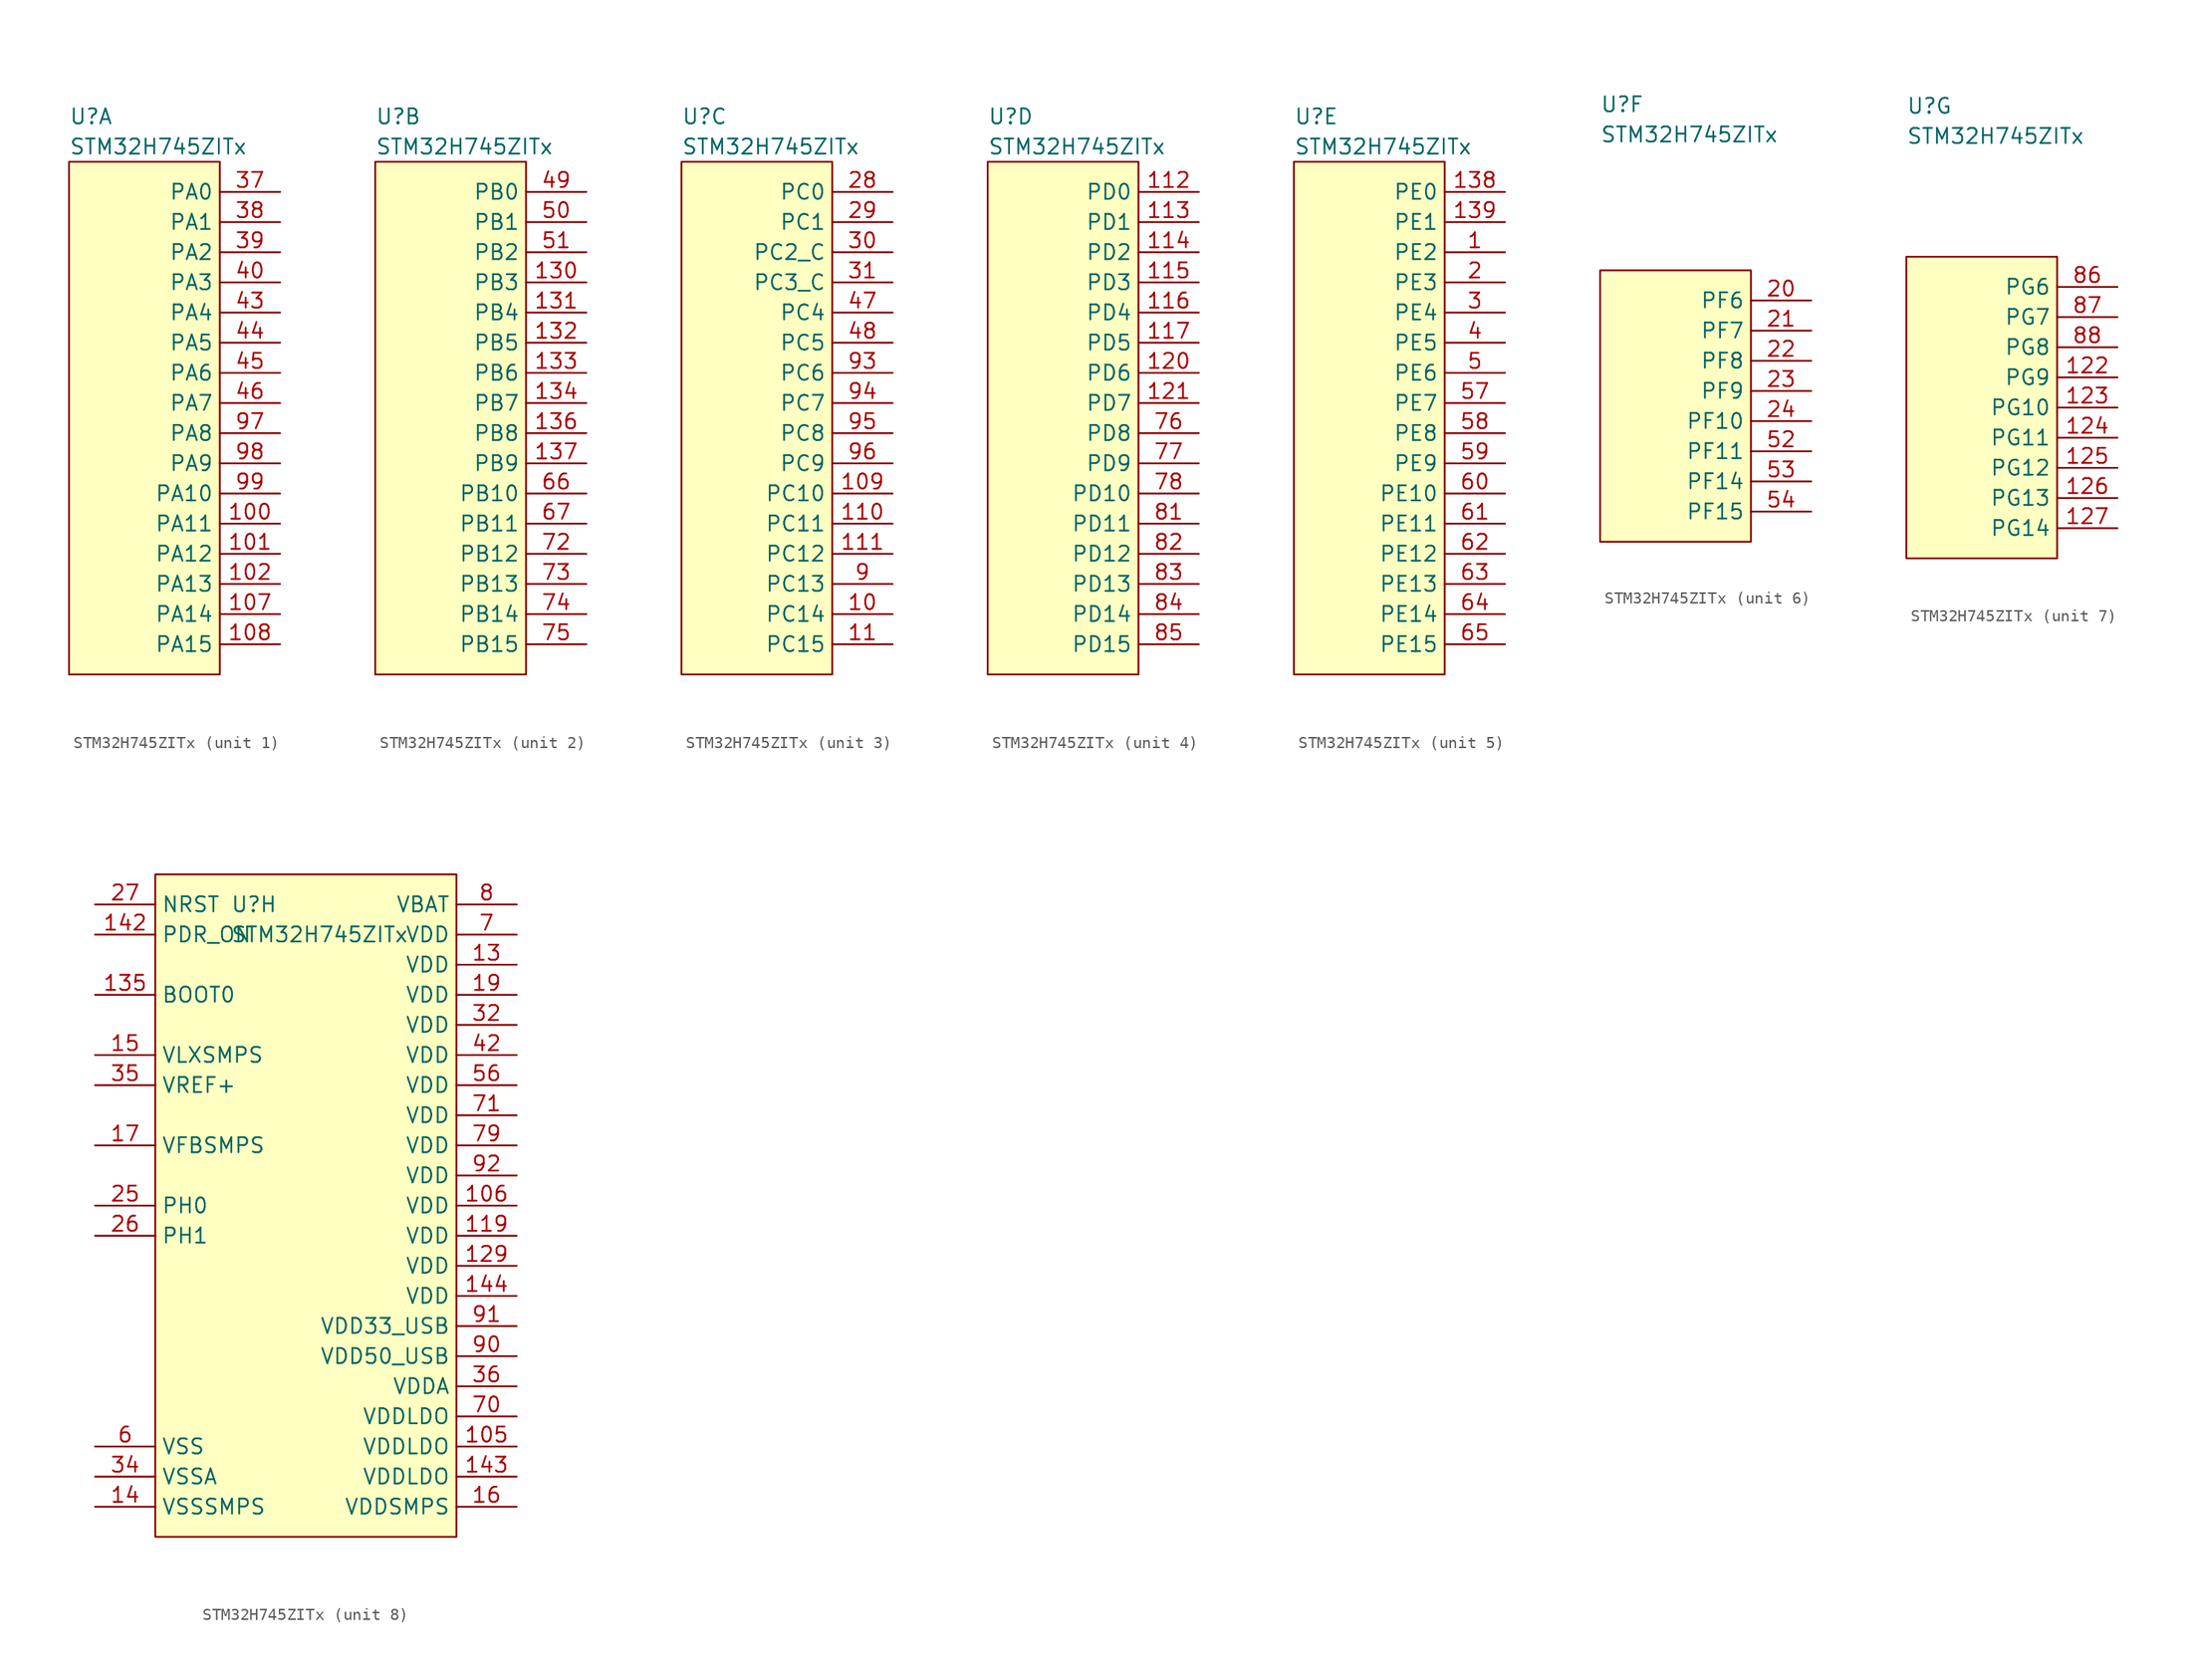
<source format=kicad_sym>
(kicad_symbol_lib
  (version 20220914)
  (generator kicad_symbol_editor)
  (symbol "STM32H745ZITx"
    (property "Reference" "U"
      (at -6.35 25.4 0)
      (effects (font (size 1.27 1.27)) (justify left)))
    (property "Value" "STM32H745ZITx"
      (at -6.35 22.86 0)
      (effects (font (size 1.27 1.27)) (justify left)))
    (property "ki_locked" ""
      (at 0 0 0)
      (effects (font (size 1.27 1.27))))
    (symbol "STM32H745ZITx_1_1"
      (rectangle (start -6.35 21.59) (end 6.35 -21.59) (stroke (width 0) (type default)) (fill (type background)))
      (pin bidirectional line (at 11.43 -8.89 180) (length 5.08) (name "PA11" (effects (font (size 1.27 1.27)))) (number "100" (effects (font (size 1.27 1.27)))) (alternate "ADC1_EXTI11" bidirectional line) (alternate "ADC2_EXTI11" bidirectional line) (alternate "ADC3_EXTI11" bidirectional line) (alternate "FDCAN1_RX" bidirectional line) (alternate "HRTIM_CHD1" bidirectional line) (alternate "I2S2_WS" bidirectional line) (alternate "LPUART1_CTS" bidirectional line) (alternate "LTDC_R4" bidirectional line) (alternate "SPI2_NSS" bidirectional line) (alternate "TIM1_CH4" bidirectional line) (alternate "UART4_RX" bidirectional line) (alternate "USART1_CTS" bidirectional line) (alternate "USART1_NSS" bidirectional line) (alternate "USB_OTG_FS_DM" bidirectional line))
      (pin bidirectional line (at 11.43 -11.43 180) (length 5.08) (name "PA12" (effects (font (size 1.27 1.27)))) (number "101" (effects (font (size 1.27 1.27)))) (alternate "FDCAN1_TX" bidirectional line) (alternate "HRTIM_CHD2" bidirectional line) (alternate "I2S2_CK" bidirectional line) (alternate "LPUART1_DE" bidirectional line) (alternate "LPUART1_RTS" bidirectional line) (alternate "LTDC_R5" bidirectional line) (alternate "SAI2_FS_B" bidirectional line) (alternate "SPI2_SCK" bidirectional line) (alternate "TIM1_ETR" bidirectional line) (alternate "UART4_TX" bidirectional line) (alternate "USART1_DE" bidirectional line) (alternate "USART1_RTS" bidirectional line) (alternate "USB_OTG_FS_DP" bidirectional line))
      (pin bidirectional line (at 11.43 -13.97 180) (length 5.08) (name "PA13" (effects (font (size 1.27 1.27)))) (number "102" (effects (font (size 1.27 1.27)))) (alternate "DEBUG_JTMS-SWDIO" bidirectional line))
      (pin bidirectional line (at 11.43 -16.51 180) (length 5.08) (name "PA14" (effects (font (size 1.27 1.27)))) (number "107" (effects (font (size 1.27 1.27)))) (alternate "DEBUG_JTCK-SWCLK" bidirectional line))
      (pin bidirectional line (at 11.43 -19.05 180) (length 5.08) (name "PA15" (effects (font (size 1.27 1.27)))) (number "108" (effects (font (size 1.27 1.27)))) (alternate "ADC1_EXTI15" bidirectional line) (alternate "ADC2_EXTI15" bidirectional line) (alternate "ADC3_EXTI15" bidirectional line) (alternate "CEC" bidirectional line) (alternate "DEBUG_JTDI" bidirectional line) (alternate "HRTIM_FLT1" bidirectional line) (alternate "I2S1_WS" bidirectional line) (alternate "I2S3_WS" bidirectional line) (alternate "SPI1_NSS" bidirectional line) (alternate "SPI3_NSS" bidirectional line) (alternate "SPI6_NSS" bidirectional line) (alternate "TIM2_CH1" bidirectional line) (alternate "TIM2_ETR" bidirectional line) (alternate "UART4_DE" bidirectional line) (alternate "UART4_RTS" bidirectional line) (alternate "UART7_TX" bidirectional line))
      (pin bidirectional line (at 11.43 19.05 180) (length 5.08) (name "PA0" (effects (font (size 1.27 1.27)))) (number "37" (effects (font (size 1.27 1.27)))) (alternate "ADC1_INP16" bidirectional line) (alternate "ETH_CRS" bidirectional line) (alternate "PWR_WKUP0" bidirectional line) (alternate "SAI2_SD_B" bidirectional line) (alternate "SDMMC2_CMD" bidirectional line) (alternate "TIM15_BKIN" bidirectional line) (alternate "TIM2_CH1" bidirectional line) (alternate "TIM2_ETR" bidirectional line) (alternate "TIM5_CH1" bidirectional line) (alternate "TIM8_ETR" bidirectional line) (alternate "UART4_TX" bidirectional line) (alternate "USART2_CTS" bidirectional line) (alternate "USART2_NSS" bidirectional line))
      (pin bidirectional line (at 11.43 16.51 180) (length 5.08) (name "PA1" (effects (font (size 1.27 1.27)))) (number "38" (effects (font (size 1.27 1.27)))) (alternate "ADC1_INN16" bidirectional line) (alternate "ADC1_INP17" bidirectional line) (alternate "ETH_REF_CLK" bidirectional line) (alternate "ETH_RX_CLK" bidirectional line) (alternate "LPTIM3_OUT" bidirectional line) (alternate "LTDC_R2" bidirectional line) (alternate "QUADSPI_BK1_IO3" bidirectional line) (alternate "SAI2_MCLK_B" bidirectional line) (alternate "TIM15_CH1N" bidirectional line) (alternate "TIM2_CH2" bidirectional line) (alternate "TIM5_CH2" bidirectional line) (alternate "UART4_RX" bidirectional line) (alternate "USART2_DE" bidirectional line) (alternate "USART2_RTS" bidirectional line))
      (pin bidirectional line (at 11.43 13.97 180) (length 5.08) (name "PA2" (effects (font (size 1.27 1.27)))) (number "39" (effects (font (size 1.27 1.27)))) (alternate "ADC1_INP14" bidirectional line) (alternate "ADC2_INP14" bidirectional line) (alternate "ETH_MDIO" bidirectional line) (alternate "LPTIM4_OUT" bidirectional line) (alternate "LTDC_R1" bidirectional line) (alternate "MDIOS_MDIO" bidirectional line) (alternate "PWR_WKUP1" bidirectional line) (alternate "SAI2_SCK_B" bidirectional line) (alternate "TIM15_CH1" bidirectional line) (alternate "TIM2_CH3" bidirectional line) (alternate "TIM5_CH3" bidirectional line) (alternate "USART2_TX" bidirectional line))
      (pin bidirectional line (at 11.43 11.43 180) (length 5.08) (name "PA3" (effects (font (size 1.27 1.27)))) (number "40" (effects (font (size 1.27 1.27)))) (alternate "ADC1_INP15" bidirectional line) (alternate "ADC2_INP15" bidirectional line) (alternate "ETH_COL" bidirectional line) (alternate "LPTIM5_OUT" bidirectional line) (alternate "LTDC_B2" bidirectional line) (alternate "LTDC_B5" bidirectional line) (alternate "TIM15_CH2" bidirectional line) (alternate "TIM2_CH4" bidirectional line) (alternate "TIM5_CH4" bidirectional line) (alternate "USART2_RX" bidirectional line) (alternate "USB_OTG_HS_ULPI_D0" bidirectional line))
      (pin bidirectional line (at 11.43 8.89 180) (length 5.08) (name "PA4" (effects (font (size 1.27 1.27)))) (number "43" (effects (font (size 1.27 1.27)))) (alternate "ADC1_INP18" bidirectional line) (alternate "ADC2_INP18" bidirectional line) (alternate "DAC1_OUT1" bidirectional line) (alternate "DCMI_HSYNC" bidirectional line) (alternate "I2S1_WS" bidirectional line) (alternate "I2S3_WS" bidirectional line) (alternate "LTDC_VSYNC" bidirectional line) (alternate "SPI1_NSS" bidirectional line) (alternate "SPI3_NSS" bidirectional line) (alternate "SPI6_NSS" bidirectional line) (alternate "TIM5_ETR" bidirectional line) (alternate "USART2_CK" bidirectional line) (alternate "USB_OTG_HS_SOF" bidirectional line))
      (pin bidirectional line (at 11.43 6.35 180) (length 5.08) (name "PA5" (effects (font (size 1.27 1.27)))) (number "44" (effects (font (size 1.27 1.27)))) (alternate "ADC1_INN18" bidirectional line) (alternate "ADC1_INP19" bidirectional line) (alternate "ADC2_INN18" bidirectional line) (alternate "ADC2_INP19" bidirectional line) (alternate "DAC1_OUT2" bidirectional line) (alternate "I2S1_CK" bidirectional line) (alternate "LTDC_R4" bidirectional line) (alternate "PWR_NDSTOP2" bidirectional line) (alternate "SPI1_SCK" bidirectional line) (alternate "SPI6_SCK" bidirectional line) (alternate "TIM2_CH1" bidirectional line) (alternate "TIM2_ETR" bidirectional line) (alternate "TIM8_CH1N" bidirectional line) (alternate "USB_OTG_HS_ULPI_CK" bidirectional line))
      (pin bidirectional line (at 11.43 3.81 180) (length 5.08) (name "PA6" (effects (font (size 1.27 1.27)))) (number "45" (effects (font (size 1.27 1.27)))) (alternate "ADC1_INP3" bidirectional line) (alternate "ADC2_INP3" bidirectional line) (alternate "DCMI_PIXCLK" bidirectional line) (alternate "I2S1_SDI" bidirectional line) (alternate "LTDC_G2" bidirectional line) (alternate "MDIOS_MDC" bidirectional line) (alternate "SPI1_MISO" bidirectional line) (alternate "SPI6_MISO" bidirectional line) (alternate "TIM13_CH1" bidirectional line) (alternate "TIM1_BKIN" bidirectional line) (alternate "TIM1_BKIN_COMP1" bidirectional line) (alternate "TIM1_BKIN_COMP2" bidirectional line) (alternate "TIM3_CH1" bidirectional line) (alternate "TIM8_BKIN" bidirectional line) (alternate "TIM8_BKIN_COMP1" bidirectional line) (alternate "TIM8_BKIN_COMP2" bidirectional line))
      (pin bidirectional line (at 11.43 1.27 180) (length 5.08) (name "PA7" (effects (font (size 1.27 1.27)))) (number "46" (effects (font (size 1.27 1.27)))) (alternate "ADC1_INN3" bidirectional line) (alternate "ADC1_INP7" bidirectional line) (alternate "ADC2_INN3" bidirectional line) (alternate "ADC2_INP7" bidirectional line) (alternate "ETH_CRS_DV" bidirectional line) (alternate "ETH_RX_DV" bidirectional line) (alternate "FMC_SDNWE" bidirectional line) (alternate "I2S1_SDO" bidirectional line) (alternate "OPAMP1_VINM" bidirectional line) (alternate "OPAMP1_VINM1" bidirectional line) (alternate "SPI1_MOSI" bidirectional line) (alternate "SPI6_MOSI" bidirectional line) (alternate "TIM14_CH1" bidirectional line) (alternate "TIM1_CH1N" bidirectional line) (alternate "TIM3_CH2" bidirectional line) (alternate "TIM8_CH1N" bidirectional line))
      (pin bidirectional line (at 11.43 -1.27 180) (length 5.08) (name "PA8" (effects (font (size 1.27 1.27)))) (number "97" (effects (font (size 1.27 1.27)))) (alternate "HRTIM_CHB2" bidirectional line) (alternate "I2C3_SCL" bidirectional line) (alternate "LTDC_B3" bidirectional line) (alternate "LTDC_R6" bidirectional line) (alternate "RCC_MCO_1" bidirectional line) (alternate "TIM1_CH1" bidirectional line) (alternate "TIM8_BKIN2" bidirectional line) (alternate "TIM8_BKIN2_COMP1" bidirectional line) (alternate "TIM8_BKIN2_COMP2" bidirectional line) (alternate "UART7_RX" bidirectional line) (alternate "USART1_CK" bidirectional line) (alternate "USB_OTG_FS_SOF" bidirectional line))
      (pin bidirectional line (at 11.43 -3.81 180) (length 5.08) (name "PA9" (effects (font (size 1.27 1.27)))) (number "98" (effects (font (size 1.27 1.27)))) (alternate "DAC1_EXTI9" bidirectional line) (alternate "DCMI_D0" bidirectional line) (alternate "HRTIM_CHC1" bidirectional line) (alternate "I2C3_SMBA" bidirectional line) (alternate "I2S2_CK" bidirectional line) (alternate "LPUART1_TX" bidirectional line) (alternate "LTDC_R5" bidirectional line) (alternate "SPI2_SCK" bidirectional line) (alternate "TIM1_CH2" bidirectional line) (alternate "USART1_TX" bidirectional line) (alternate "USB_OTG_FS_VBUS" bidirectional line))
      (pin bidirectional line (at 11.43 -6.35 180) (length 5.08) (name "PA10" (effects (font (size 1.27 1.27)))) (number "99" (effects (font (size 1.27 1.27)))) (alternate "DCMI_D1" bidirectional line) (alternate "HRTIM_CHC2" bidirectional line) (alternate "LPUART1_RX" bidirectional line) (alternate "LTDC_B1" bidirectional line) (alternate "LTDC_B4" bidirectional line) (alternate "MDIOS_MDIO" bidirectional line) (alternate "TIM1_CH3" bidirectional line) (alternate "USART1_RX" bidirectional line) (alternate "USB_OTG_FS_ID" bidirectional line)))
    (symbol "STM32H745ZITx_2_1"
      (rectangle (start -6.35 21.59) (end 6.35 -21.59) (stroke (width 0) (type default)) (fill (type background)))
      (pin bidirectional line (at 11.43 11.43 180) (length 5.08) (name "PB3" (effects (font (size 1.27 1.27)))) (number "130" (effects (font (size 1.27 1.27)))) (alternate "CRS_SYNC" bidirectional line) (alternate "DEBUG_JTDO-SWO" bidirectional line) (alternate "HRTIM_FLT4" bidirectional line) (alternate "I2S1_CK" bidirectional line) (alternate "I2S3_CK" bidirectional line) (alternate "SDMMC2_D2" bidirectional line) (alternate "SPI1_SCK" bidirectional line) (alternate "SPI3_SCK" bidirectional line) (alternate "SPI6_SCK" bidirectional line) (alternate "TIM2_CH2" bidirectional line) (alternate "UART7_RX" bidirectional line))
      (pin bidirectional line (at 11.43 8.89 180) (length 5.08) (name "PB4" (effects (font (size 1.27 1.27)))) (number "131" (effects (font (size 1.27 1.27)))) (alternate "DEBUG_JTRST" bidirectional line) (alternate "HRTIM_EEV6" bidirectional line) (alternate "I2S1_SDI" bidirectional line) (alternate "I2S2_WS" bidirectional line) (alternate "I2S3_SDI" bidirectional line) (alternate "SDMMC2_D3" bidirectional line) (alternate "SPI1_MISO" bidirectional line) (alternate "SPI2_NSS" bidirectional line) (alternate "SPI3_MISO" bidirectional line) (alternate "SPI6_MISO" bidirectional line) (alternate "TIM16_BKIN" bidirectional line) (alternate "TIM3_CH1" bidirectional line) (alternate "UART7_TX" bidirectional line))
      (pin bidirectional line (at 11.43 6.35 180) (length 5.08) (name "PB5" (effects (font (size 1.27 1.27)))) (number "132" (effects (font (size 1.27 1.27)))) (alternate "DCMI_D10" bidirectional line) (alternate "ETH_PPS_OUT" bidirectional line) (alternate "FDCAN2_RX" bidirectional line) (alternate "FMC_SDCKE1" bidirectional line) (alternate "HRTIM_EEV7" bidirectional line) (alternate "I2C1_SMBA" bidirectional line) (alternate "I2C4_SMBA" bidirectional line) (alternate "I2S1_SDO" bidirectional line) (alternate "I2S3_SDO" bidirectional line) (alternate "SPI1_MOSI" bidirectional line) (alternate "SPI3_MOSI" bidirectional line) (alternate "SPI6_MOSI" bidirectional line) (alternate "TIM17_BKIN" bidirectional line) (alternate "TIM3_CH2" bidirectional line) (alternate "UART5_RX" bidirectional line) (alternate "USB_OTG_HS_ULPI_D7" bidirectional line))
      (pin bidirectional line (at 11.43 3.81 180) (length 5.08) (name "PB6" (effects (font (size 1.27 1.27)))) (number "133" (effects (font (size 1.27 1.27)))) (alternate "CEC" bidirectional line) (alternate "DCMI_D5" bidirectional line) (alternate "DFSDM1_DATIN5" bidirectional line) (alternate "FDCAN2_TX" bidirectional line) (alternate "FMC_SDNE1" bidirectional line) (alternate "HRTIM_EEV8" bidirectional line) (alternate "I2C1_SCL" bidirectional line) (alternate "I2C4_SCL" bidirectional line) (alternate "LPUART1_TX" bidirectional line) (alternate "QUADSPI_BK1_NCS" bidirectional line) (alternate "TIM16_CH1N" bidirectional line) (alternate "TIM4_CH1" bidirectional line) (alternate "UART5_TX" bidirectional line) (alternate "USART1_TX" bidirectional line))
      (pin bidirectional line (at 11.43 1.27 180) (length 5.08) (name "PB7" (effects (font (size 1.27 1.27)))) (number "134" (effects (font (size 1.27 1.27)))) (alternate "DCMI_VSYNC" bidirectional line) (alternate "DFSDM1_CKIN5" bidirectional line) (alternate "FMC_NL" bidirectional line) (alternate "HRTIM_EEV9" bidirectional line) (alternate "I2C1_SDA" bidirectional line) (alternate "I2C4_SDA" bidirectional line) (alternate "LPUART1_RX" bidirectional line) (alternate "PWR_PVD_IN" bidirectional line) (alternate "TIM17_CH1N" bidirectional line) (alternate "TIM4_CH2" bidirectional line) (alternate "USART1_RX" bidirectional line))
      (pin bidirectional line (at 11.43 -1.27 180) (length 5.08) (name "PB8" (effects (font (size 1.27 1.27)))) (number "136" (effects (font (size 1.27 1.27)))) (alternate "DCMI_D6" bidirectional line) (alternate "DFSDM1_CKIN7" bidirectional line) (alternate "ETH_TXD3" bidirectional line) (alternate "FDCAN1_RX" bidirectional line) (alternate "I2C1_SCL" bidirectional line) (alternate "I2C4_SCL" bidirectional line) (alternate "LTDC_B6" bidirectional line) (alternate "SDMMC1_CKIN" bidirectional line) (alternate "SDMMC1_D4" bidirectional line) (alternate "SDMMC2_D4" bidirectional line) (alternate "TIM16_CH1" bidirectional line) (alternate "TIM4_CH3" bidirectional line) (alternate "UART4_RX" bidirectional line))
      (pin bidirectional line (at 11.43 -3.81 180) (length 5.08) (name "PB9" (effects (font (size 1.27 1.27)))) (number "137" (effects (font (size 1.27 1.27)))) (alternate "DAC1_EXTI9" bidirectional line) (alternate "DCMI_D7" bidirectional line) (alternate "DFSDM1_DATIN7" bidirectional line) (alternate "FDCAN1_TX" bidirectional line) (alternate "I2C1_SDA" bidirectional line) (alternate "I2C4_SDA" bidirectional line) (alternate "I2C4_SMBA" bidirectional line) (alternate "I2S2_WS" bidirectional line) (alternate "LTDC_B7" bidirectional line) (alternate "SDMMC1_CDIR" bidirectional line) (alternate "SDMMC1_D5" bidirectional line) (alternate "SDMMC2_D5" bidirectional line) (alternate "SPI2_NSS" bidirectional line) (alternate "TIM17_CH1" bidirectional line) (alternate "TIM4_CH4" bidirectional line) (alternate "UART4_TX" bidirectional line))
      (pin bidirectional line (at 11.43 19.05 180) (length 5.08) (name "PB0" (effects (font (size 1.27 1.27)))) (number "49" (effects (font (size 1.27 1.27)))) (alternate "ADC1_INN5" bidirectional line) (alternate "ADC1_INP9" bidirectional line) (alternate "ADC2_INN5" bidirectional line) (alternate "ADC2_INP9" bidirectional line) (alternate "COMP1_INP" bidirectional line) (alternate "DFSDM1_CKOUT" bidirectional line) (alternate "ETH_RXD2" bidirectional line) (alternate "LTDC_G1" bidirectional line) (alternate "LTDC_R3" bidirectional line) (alternate "OPAMP1_VINP" bidirectional line) (alternate "TIM1_CH2N" bidirectional line) (alternate "TIM3_CH3" bidirectional line) (alternate "TIM8_CH2N" bidirectional line) (alternate "UART4_CTS" bidirectional line) (alternate "USB_OTG_HS_ULPI_D1" bidirectional line))
      (pin bidirectional line (at 11.43 16.51 180) (length 5.08) (name "PB1" (effects (font (size 1.27 1.27)))) (number "50" (effects (font (size 1.27 1.27)))) (alternate "ADC1_INP5" bidirectional line) (alternate "ADC2_INP5" bidirectional line) (alternate "COMP1_INM" bidirectional line) (alternate "DFSDM1_DATIN1" bidirectional line) (alternate "ETH_RXD3" bidirectional line) (alternate "LTDC_G0" bidirectional line) (alternate "LTDC_R6" bidirectional line) (alternate "TIM1_CH3N" bidirectional line) (alternate "TIM3_CH4" bidirectional line) (alternate "TIM8_CH3N" bidirectional line) (alternate "USB_OTG_HS_ULPI_D2" bidirectional line))
      (pin bidirectional line (at 11.43 13.97 180) (length 5.08) (name "PB2" (effects (font (size 1.27 1.27)))) (number "51" (effects (font (size 1.27 1.27)))) (alternate "COMP1_INP" bidirectional line) (alternate "DFSDM1_CKIN1" bidirectional line) (alternate "I2S3_SDO" bidirectional line) (alternate "QUADSPI_CLK" bidirectional line) (alternate "RTC_OUT_ALARM" bidirectional line) (alternate "RTC_OUT_CALIB" bidirectional line) (alternate "SAI1_D1" bidirectional line) (alternate "SAI1_SD_A" bidirectional line) (alternate "SAI4_D1" bidirectional line) (alternate "SAI4_SD_A" bidirectional line) (alternate "SPI3_MOSI" bidirectional line))
      (pin bidirectional line (at 11.43 -6.35 180) (length 5.08) (name "PB10" (effects (font (size 1.27 1.27)))) (number "66" (effects (font (size 1.27 1.27)))) (alternate "DFSDM1_DATIN7" bidirectional line) (alternate "ETH_RX_ER" bidirectional line) (alternate "HRTIM_SCOUT" bidirectional line) (alternate "I2C2_SCL" bidirectional line) (alternate "I2S2_CK" bidirectional line) (alternate "LPTIM2_IN1" bidirectional line) (alternate "LTDC_G4" bidirectional line) (alternate "QUADSPI_BK1_NCS" bidirectional line) (alternate "SPI2_SCK" bidirectional line) (alternate "TIM2_CH3" bidirectional line) (alternate "USART3_TX" bidirectional line) (alternate "USB_OTG_HS_ULPI_D3" bidirectional line))
      (pin bidirectional line (at 11.43 -8.89 180) (length 5.08) (name "PB11" (effects (font (size 1.27 1.27)))) (number "67" (effects (font (size 1.27 1.27)))) (alternate "ADC1_EXTI11" bidirectional line) (alternate "ADC2_EXTI11" bidirectional line) (alternate "ADC3_EXTI11" bidirectional line) (alternate "DFSDM1_CKIN7" bidirectional line) (alternate "ETH_TX_EN" bidirectional line) (alternate "HRTIM_SCIN" bidirectional line) (alternate "I2C2_SDA" bidirectional line) (alternate "LPTIM2_ETR" bidirectional line) (alternate "LTDC_G5" bidirectional line) (alternate "TIM2_CH4" bidirectional line) (alternate "USART3_RX" bidirectional line) (alternate "USB_OTG_HS_ULPI_D4" bidirectional line))
      (pin bidirectional line (at 11.43 -11.43 180) (length 5.08) (name "PB12" (effects (font (size 1.27 1.27)))) (number "72" (effects (font (size 1.27 1.27)))) (alternate "DFSDM1_DATIN1" bidirectional line) (alternate "ETH_TXD0" bidirectional line) (alternate "FDCAN2_RX" bidirectional line) (alternate "I2C2_SMBA" bidirectional line) (alternate "I2S2_WS" bidirectional line) (alternate "SPI2_NSS" bidirectional line) (alternate "TIM1_BKIN" bidirectional line) (alternate "TIM1_BKIN_COMP1" bidirectional line) (alternate "TIM1_BKIN_COMP2" bidirectional line) (alternate "UART5_RX" bidirectional line) (alternate "USART3_CK" bidirectional line) (alternate "USB_OTG_HS_ID" bidirectional line) (alternate "USB_OTG_HS_ULPI_D5" bidirectional line))
      (pin bidirectional line (at 11.43 -13.97 180) (length 5.08) (name "PB13" (effects (font (size 1.27 1.27)))) (number "73" (effects (font (size 1.27 1.27)))) (alternate "DFSDM1_CKIN1" bidirectional line) (alternate "ETH_TXD1" bidirectional line) (alternate "FDCAN2_TX" bidirectional line) (alternate "I2S2_CK" bidirectional line) (alternate "LPTIM2_OUT" bidirectional line) (alternate "SPI2_SCK" bidirectional line) (alternate "TIM1_CH1N" bidirectional line) (alternate "UART5_TX" bidirectional line) (alternate "USART3_CTS" bidirectional line) (alternate "USART3_NSS" bidirectional line) (alternate "USB_OTG_HS_ULPI_D6" bidirectional line) (alternate "USB_OTG_HS_VBUS" bidirectional line))
      (pin bidirectional line (at 11.43 -16.51 180) (length 5.08) (name "PB14" (effects (font (size 1.27 1.27)))) (number "74" (effects (font (size 1.27 1.27)))) (alternate "DFSDM1_DATIN2" bidirectional line) (alternate "I2S2_SDI" bidirectional line) (alternate "SDMMC2_D0" bidirectional line) (alternate "SPI2_MISO" bidirectional line) (alternate "TIM12_CH1" bidirectional line) (alternate "TIM1_CH2N" bidirectional line) (alternate "TIM8_CH2N" bidirectional line) (alternate "UART4_DE" bidirectional line) (alternate "UART4_RTS" bidirectional line) (alternate "USART1_TX" bidirectional line) (alternate "USART3_DE" bidirectional line) (alternate "USART3_RTS" bidirectional line) (alternate "USB_OTG_HS_DM" bidirectional line))
      (pin bidirectional line (at 11.43 -19.05 180) (length 5.08) (name "PB15" (effects (font (size 1.27 1.27)))) (number "75" (effects (font (size 1.27 1.27)))) (alternate "ADC1_EXTI15" bidirectional line) (alternate "ADC2_EXTI15" bidirectional line) (alternate "ADC3_EXTI15" bidirectional line) (alternate "DFSDM1_CKIN2" bidirectional line) (alternate "I2S2_SDO" bidirectional line) (alternate "RTC_REFIN" bidirectional line) (alternate "SDMMC2_D1" bidirectional line) (alternate "SPI2_MOSI" bidirectional line) (alternate "TIM12_CH2" bidirectional line) (alternate "TIM1_CH3N" bidirectional line) (alternate "TIM8_CH3N" bidirectional line) (alternate "UART4_CTS" bidirectional line) (alternate "USART1_RX" bidirectional line) (alternate "USB_OTG_HS_DP" bidirectional line)))
    (symbol "STM32H745ZITx_3_1"
      (rectangle (start -6.35 21.59) (end 6.35 -21.59) (stroke (width 0) (type default)) (fill (type background)))
      (pin bidirectional line (at 11.43 -16.51 180) (length 5.08) (name "PC14" (effects (font (size 1.27 1.27)))) (number "10" (effects (font (size 1.27 1.27)))) (alternate "RCC_OSC32_IN" bidirectional line))
      (pin bidirectional line (at 11.43 -6.35 180) (length 5.08) (name "PC10" (effects (font (size 1.27 1.27)))) (number "109" (effects (font (size 1.27 1.27)))) (alternate "DCMI_D8" bidirectional line) (alternate "DFSDM1_CKIN5" bidirectional line) (alternate "HRTIM_EEV1" bidirectional line) (alternate "I2S3_CK" bidirectional line) (alternate "LTDC_R2" bidirectional line) (alternate "QUADSPI_BK1_IO1" bidirectional line) (alternate "SDMMC1_D2" bidirectional line) (alternate "SPI3_SCK" bidirectional line) (alternate "UART4_TX" bidirectional line) (alternate "USART3_TX" bidirectional line))
      (pin bidirectional line (at 11.43 -19.05 180) (length 5.08) (name "PC15" (effects (font (size 1.27 1.27)))) (number "11" (effects (font (size 1.27 1.27)))) (alternate "ADC1_EXTI15" bidirectional line) (alternate "ADC2_EXTI15" bidirectional line) (alternate "ADC3_EXTI15" bidirectional line) (alternate "RCC_OSC32_OUT" bidirectional line))
      (pin bidirectional line (at 11.43 -8.89 180) (length 5.08) (name "PC11" (effects (font (size 1.27 1.27)))) (number "110" (effects (font (size 1.27 1.27)))) (alternate "ADC1_EXTI11" bidirectional line) (alternate "ADC2_EXTI11" bidirectional line) (alternate "ADC3_EXTI11" bidirectional line) (alternate "DCMI_D4" bidirectional line) (alternate "DFSDM1_DATIN5" bidirectional line) (alternate "HRTIM_FLT2" bidirectional line) (alternate "I2S3_SDI" bidirectional line) (alternate "QUADSPI_BK2_NCS" bidirectional line) (alternate "SDMMC1_D3" bidirectional line) (alternate "SPI3_MISO" bidirectional line) (alternate "UART4_RX" bidirectional line) (alternate "USART3_RX" bidirectional line))
      (pin bidirectional line (at 11.43 -11.43 180) (length 5.08) (name "PC12" (effects (font (size 1.27 1.27)))) (number "111" (effects (font (size 1.27 1.27)))) (alternate "DCMI_D9" bidirectional line) (alternate "DEBUG_TRACED3" bidirectional line) (alternate "HRTIM_EEV2" bidirectional line) (alternate "I2S3_SDO" bidirectional line) (alternate "SDMMC1_CK" bidirectional line) (alternate "SPI3_MOSI" bidirectional line) (alternate "UART5_TX" bidirectional line) (alternate "USART3_CK" bidirectional line))
      (pin bidirectional line (at 11.43 19.05 180) (length 5.08) (name "PC0" (effects (font (size 1.27 1.27)))) (number "28" (effects (font (size 1.27 1.27)))) (alternate "ADC1_INP10" bidirectional line) (alternate "ADC2_INP10" bidirectional line) (alternate "ADC3_INP10" bidirectional line) (alternate "DFSDM1_CKIN0" bidirectional line) (alternate "DFSDM1_DATIN4" bidirectional line) (alternate "FMC_SDNWE" bidirectional line) (alternate "LTDC_R5" bidirectional line) (alternate "SAI2_FS_B" bidirectional line) (alternate "USB_OTG_HS_ULPI_STP" bidirectional line))
      (pin bidirectional line (at 11.43 16.51 180) (length 5.08) (name "PC1" (effects (font (size 1.27 1.27)))) (number "29" (effects (font (size 1.27 1.27)))) (alternate "ADC1_INN10" bidirectional line) (alternate "ADC1_INP11" bidirectional line) (alternate "ADC2_INN10" bidirectional line) (alternate "ADC2_INP11" bidirectional line) (alternate "ADC3_INN10" bidirectional line) (alternate "ADC3_INP11" bidirectional line) (alternate "DEBUG_TRACED0" bidirectional line) (alternate "DFSDM1_CKIN4" bidirectional line) (alternate "DFSDM1_DATIN0" bidirectional line) (alternate "ETH_MDC" bidirectional line) (alternate "I2S2_SDO" bidirectional line) (alternate "MDIOS_MDC" bidirectional line) (alternate "PWR_WKUP5" bidirectional line) (alternate "RTC_TAMP3" bidirectional line) (alternate "SAI1_D1" bidirectional line) (alternate "SAI1_SD_A" bidirectional line) (alternate "SAI4_D1" bidirectional line) (alternate "SAI4_SD_A" bidirectional line) (alternate "SDMMC2_CK" bidirectional line) (alternate "SPI2_MOSI" bidirectional line))
      (pin bidirectional line (at 11.43 13.97 180) (length 5.08) (name "PC2_C" (effects (font (size 1.27 1.27)))) (number "30" (effects (font (size 1.27 1.27)))) (alternate "ADC3_INN1" bidirectional line) (alternate "ADC3_INP0" bidirectional line) (alternate "DFSDM1_CKIN1" bidirectional line) (alternate "DFSDM1_CKOUT" bidirectional line) (alternate "ETH_TXD2" bidirectional line) (alternate "FMC_SDNE0" bidirectional line) (alternate "I2S2_SDI" bidirectional line) (alternate "PWR_CSTOP" bidirectional line) (alternate "SPI2_MISO" bidirectional line) (alternate "USB_OTG_HS_ULPI_DIR" bidirectional line))
      (pin bidirectional line (at 11.43 11.43 180) (length 5.08) (name "PC3_C" (effects (font (size 1.27 1.27)))) (number "31" (effects (font (size 1.27 1.27)))) (alternate "ADC3_INP1" bidirectional line) (alternate "DFSDM1_DATIN1" bidirectional line) (alternate "ETH_TX_CLK" bidirectional line) (alternate "FMC_SDCKE0" bidirectional line) (alternate "I2S2_SDO" bidirectional line) (alternate "PWR_CSLEEP" bidirectional line) (alternate "SPI2_MOSI" bidirectional line) (alternate "USB_OTG_HS_ULPI_NXT" bidirectional line))
      (pin bidirectional line (at 11.43 8.89 180) (length 5.08) (name "PC4" (effects (font (size 1.27 1.27)))) (number "47" (effects (font (size 1.27 1.27)))) (alternate "ADC1_INP4" bidirectional line) (alternate "ADC2_INP4" bidirectional line) (alternate "COMP1_INM" bidirectional line) (alternate "DFSDM1_CKIN2" bidirectional line) (alternate "ETH_RXD0" bidirectional line) (alternate "FMC_SDNE0" bidirectional line) (alternate "I2S1_MCK" bidirectional line) (alternate "OPAMP1_VOUT" bidirectional line) (alternate "SPDIFRX1_IN2" bidirectional line))
      (pin bidirectional line (at 11.43 6.35 180) (length 5.08) (name "PC5" (effects (font (size 1.27 1.27)))) (number "48" (effects (font (size 1.27 1.27)))) (alternate "ADC1_INN4" bidirectional line) (alternate "ADC1_INP8" bidirectional line) (alternate "ADC2_INN4" bidirectional line) (alternate "ADC2_INP8" bidirectional line) (alternate "COMP1_OUT" bidirectional line) (alternate "DFSDM1_DATIN2" bidirectional line) (alternate "ETH_RXD1" bidirectional line) (alternate "FMC_SDCKE0" bidirectional line) (alternate "OPAMP1_VINM" bidirectional line) (alternate "OPAMP1_VINM0" bidirectional line) (alternate "SAI1_D3" bidirectional line) (alternate "SAI4_D3" bidirectional line) (alternate "SPDIFRX1_IN3" bidirectional line))
      (pin bidirectional line (at 11.43 -13.97 180) (length 5.08) (name "PC13" (effects (font (size 1.27 1.27)))) (number "9" (effects (font (size 1.27 1.27)))) (alternate "PWR_WKUP2" bidirectional line) (alternate "RTC_OUT_ALARM" bidirectional line) (alternate "RTC_OUT_CALIB" bidirectional line) (alternate "RTC_TAMP1" bidirectional line) (alternate "RTC_TS" bidirectional line))
      (pin bidirectional line (at 11.43 3.81 180) (length 5.08) (name "PC6" (effects (font (size 1.27 1.27)))) (number "93" (effects (font (size 1.27 1.27)))) (alternate "DCMI_D0" bidirectional line) (alternate "DFSDM1_CKIN3" bidirectional line) (alternate "FMC_NWAIT" bidirectional line) (alternate "HRTIM_CHA1" bidirectional line) (alternate "I2S2_MCK" bidirectional line) (alternate "LTDC_HSYNC" bidirectional line) (alternate "SDMMC1_D0DIR" bidirectional line) (alternate "SDMMC1_D6" bidirectional line) (alternate "SDMMC2_D6" bidirectional line) (alternate "SWPMI1_IO" bidirectional line) (alternate "TIM3_CH1" bidirectional line) (alternate "TIM8_CH1" bidirectional line) (alternate "USART6_TX" bidirectional line))
      (pin bidirectional line (at 11.43 1.27 180) (length 5.08) (name "PC7" (effects (font (size 1.27 1.27)))) (number "94" (effects (font (size 1.27 1.27)))) (alternate "DCMI_D1" bidirectional line) (alternate "DEBUG_TRGIO" bidirectional line) (alternate "DFSDM1_DATIN3" bidirectional line) (alternate "FMC_NE1" bidirectional line) (alternate "HRTIM_CHA2" bidirectional line) (alternate "I2S3_MCK" bidirectional line) (alternate "LTDC_G6" bidirectional line) (alternate "SDMMC1_D123DIR" bidirectional line) (alternate "SDMMC1_D7" bidirectional line) (alternate "SDMMC2_D7" bidirectional line) (alternate "SWPMI1_TX" bidirectional line) (alternate "TIM3_CH2" bidirectional line) (alternate "TIM8_CH2" bidirectional line) (alternate "USART6_RX" bidirectional line))
      (pin bidirectional line (at 11.43 -1.27 180) (length 5.08) (name "PC8" (effects (font (size 1.27 1.27)))) (number "95" (effects (font (size 1.27 1.27)))) (alternate "DCMI_D2" bidirectional line) (alternate "DEBUG_TRACED1" bidirectional line) (alternate "FMC_NCE" bidirectional line) (alternate "FMC_NE2" bidirectional line) (alternate "HRTIM_CHB1" bidirectional line) (alternate "SDMMC1_D0" bidirectional line) (alternate "SWPMI1_RX" bidirectional line) (alternate "TIM3_CH3" bidirectional line) (alternate "TIM8_CH3" bidirectional line) (alternate "UART5_DE" bidirectional line) (alternate "UART5_RTS" bidirectional line) (alternate "USART6_CK" bidirectional line))
      (pin bidirectional line (at 11.43 -3.81 180) (length 5.08) (name "PC9" (effects (font (size 1.27 1.27)))) (number "96" (effects (font (size 1.27 1.27)))) (alternate "DAC1_EXTI9" bidirectional line) (alternate "DCMI_D3" bidirectional line) (alternate "I2C3_SDA" bidirectional line) (alternate "I2S_CKIN" bidirectional line) (alternate "LTDC_B2" bidirectional line) (alternate "LTDC_G3" bidirectional line) (alternate "QUADSPI_BK1_IO0" bidirectional line) (alternate "RCC_MCO_2" bidirectional line) (alternate "SDMMC1_D1" bidirectional line) (alternate "SWPMI1_SUSPEND" bidirectional line) (alternate "TIM3_CH4" bidirectional line) (alternate "TIM8_CH4" bidirectional line) (alternate "UART5_CTS" bidirectional line)))
    (symbol "STM32H745ZITx_4_1"
      (rectangle (start -6.35 21.59) (end 6.35 -21.59) (stroke (width 0) (type default)) (fill (type background)))
      (pin bidirectional line (at 11.43 19.05 180) (length 5.08) (name "PD0" (effects (font (size 1.27 1.27)))) (number "112" (effects (font (size 1.27 1.27)))) (alternate "DFSDM1_CKIN6" bidirectional line) (alternate "FDCAN1_RX" bidirectional line) (alternate "FMC_D2" bidirectional line) (alternate "FMC_DA2" bidirectional line) (alternate "SAI3_SCK_A" bidirectional line) (alternate "UART4_RX" bidirectional line))
      (pin bidirectional line (at 11.43 16.51 180) (length 5.08) (name "PD1" (effects (font (size 1.27 1.27)))) (number "113" (effects (font (size 1.27 1.27)))) (alternate "DFSDM1_DATIN6" bidirectional line) (alternate "FDCAN1_TX" bidirectional line) (alternate "FMC_D3" bidirectional line) (alternate "FMC_DA3" bidirectional line) (alternate "SAI3_SD_A" bidirectional line) (alternate "UART4_TX" bidirectional line))
      (pin bidirectional line (at 11.43 13.97 180) (length 5.08) (name "PD2" (effects (font (size 1.27 1.27)))) (number "114" (effects (font (size 1.27 1.27)))) (alternate "DCMI_D11" bidirectional line) (alternate "DEBUG_TRACED2" bidirectional line) (alternate "SDMMC1_CMD" bidirectional line) (alternate "TIM3_ETR" bidirectional line) (alternate "UART5_RX" bidirectional line))
      (pin bidirectional line (at 11.43 11.43 180) (length 5.08) (name "PD3" (effects (font (size 1.27 1.27)))) (number "115" (effects (font (size 1.27 1.27)))) (alternate "DCMI_D5" bidirectional line) (alternate "DFSDM1_CKOUT" bidirectional line) (alternate "FMC_CLK" bidirectional line) (alternate "I2S2_CK" bidirectional line) (alternate "LTDC_G7" bidirectional line) (alternate "SPI2_SCK" bidirectional line) (alternate "USART2_CTS" bidirectional line) (alternate "USART2_NSS" bidirectional line))
      (pin bidirectional line (at 11.43 8.89 180) (length 5.08) (name "PD4" (effects (font (size 1.27 1.27)))) (number "116" (effects (font (size 1.27 1.27)))) (alternate "FMC_NOE" bidirectional line) (alternate "HRTIM_FLT3" bidirectional line) (alternate "SAI3_FS_A" bidirectional line) (alternate "USART2_DE" bidirectional line) (alternate "USART2_RTS" bidirectional line))
      (pin bidirectional line (at 11.43 6.35 180) (length 5.08) (name "PD5" (effects (font (size 1.27 1.27)))) (number "117" (effects (font (size 1.27 1.27)))) (alternate "FMC_NWE" bidirectional line) (alternate "HRTIM_EEV3" bidirectional line) (alternate "USART2_TX" bidirectional line))
      (pin bidirectional line (at 11.43 3.81 180) (length 5.08) (name "PD6" (effects (font (size 1.27 1.27)))) (number "120" (effects (font (size 1.27 1.27)))) (alternate "DCMI_D10" bidirectional line) (alternate "DFSDM1_CKIN4" bidirectional line) (alternate "DFSDM1_DATIN1" bidirectional line) (alternate "FMC_NWAIT" bidirectional line) (alternate "I2S3_SDO" bidirectional line) (alternate "LTDC_B2" bidirectional line) (alternate "SAI1_D1" bidirectional line) (alternate "SAI1_SD_A" bidirectional line) (alternate "SAI4_D1" bidirectional line) (alternate "SAI4_SD_A" bidirectional line) (alternate "SDMMC2_CK" bidirectional line) (alternate "SPI3_MOSI" bidirectional line) (alternate "USART2_RX" bidirectional line))
      (pin bidirectional line (at 11.43 1.27 180) (length 5.08) (name "PD7" (effects (font (size 1.27 1.27)))) (number "121" (effects (font (size 1.27 1.27)))) (alternate "DFSDM1_CKIN1" bidirectional line) (alternate "DFSDM1_DATIN4" bidirectional line) (alternate "FMC_NE1" bidirectional line) (alternate "I2S1_SDO" bidirectional line) (alternate "SDMMC2_CMD" bidirectional line) (alternate "SPDIFRX1_IN0" bidirectional line) (alternate "SPI1_MOSI" bidirectional line) (alternate "USART2_CK" bidirectional line))
      (pin bidirectional line (at 11.43 -1.27 180) (length 5.08) (name "PD8" (effects (font (size 1.27 1.27)))) (number "76" (effects (font (size 1.27 1.27)))) (alternate "DFSDM1_CKIN3" bidirectional line) (alternate "FMC_D13" bidirectional line) (alternate "FMC_DA13" bidirectional line) (alternate "SAI3_SCK_B" bidirectional line) (alternate "SPDIFRX1_IN1" bidirectional line) (alternate "USART3_TX" bidirectional line))
      (pin bidirectional line (at 11.43 -3.81 180) (length 5.08) (name "PD9" (effects (font (size 1.27 1.27)))) (number "77" (effects (font (size 1.27 1.27)))) (alternate "DAC1_EXTI9" bidirectional line) (alternate "DFSDM1_DATIN3" bidirectional line) (alternate "FMC_D14" bidirectional line) (alternate "FMC_DA14" bidirectional line) (alternate "SAI3_SD_B" bidirectional line) (alternate "USART3_RX" bidirectional line))
      (pin bidirectional line (at 11.43 -6.35 180) (length 5.08) (name "PD10" (effects (font (size 1.27 1.27)))) (number "78" (effects (font (size 1.27 1.27)))) (alternate "DFSDM1_CKOUT" bidirectional line) (alternate "FMC_D15" bidirectional line) (alternate "FMC_DA15" bidirectional line) (alternate "LTDC_B3" bidirectional line) (alternate "SAI3_FS_B" bidirectional line) (alternate "USART3_CK" bidirectional line))
      (pin bidirectional line (at 11.43 -8.89 180) (length 5.08) (name "PD11" (effects (font (size 1.27 1.27)))) (number "81" (effects (font (size 1.27 1.27)))) (alternate "ADC1_EXTI11" bidirectional line) (alternate "ADC2_EXTI11" bidirectional line) (alternate "ADC3_EXTI11" bidirectional line) (alternate "FMC_A16" bidirectional line) (alternate "FMC_CLE" bidirectional line) (alternate "I2C4_SMBA" bidirectional line) (alternate "LPTIM2_IN2" bidirectional line) (alternate "QUADSPI_BK1_IO0" bidirectional line) (alternate "SAI2_SD_A" bidirectional line) (alternate "USART3_CTS" bidirectional line) (alternate "USART3_NSS" bidirectional line))
      (pin bidirectional line (at 11.43 -11.43 180) (length 5.08) (name "PD12" (effects (font (size 1.27 1.27)))) (number "82" (effects (font (size 1.27 1.27)))) (alternate "FMC_A17" bidirectional line) (alternate "FMC_ALE" bidirectional line) (alternate "I2C4_SCL" bidirectional line) (alternate "LPTIM1_IN1" bidirectional line) (alternate "LPTIM2_IN1" bidirectional line) (alternate "QUADSPI_BK1_IO1" bidirectional line) (alternate "SAI2_FS_A" bidirectional line) (alternate "TIM4_CH1" bidirectional line) (alternate "USART3_DE" bidirectional line) (alternate "USART3_RTS" bidirectional line))
      (pin bidirectional line (at 11.43 -13.97 180) (length 5.08) (name "PD13" (effects (font (size 1.27 1.27)))) (number "83" (effects (font (size 1.27 1.27)))) (alternate "FMC_A18" bidirectional line) (alternate "I2C4_SDA" bidirectional line) (alternate "LPTIM1_OUT" bidirectional line) (alternate "QUADSPI_BK1_IO3" bidirectional line) (alternate "SAI2_SCK_A" bidirectional line) (alternate "TIM4_CH2" bidirectional line))
      (pin bidirectional line (at 11.43 -16.51 180) (length 5.08) (name "PD14" (effects (font (size 1.27 1.27)))) (number "84" (effects (font (size 1.27 1.27)))) (alternate "FMC_D0" bidirectional line) (alternate "FMC_DA0" bidirectional line) (alternate "SAI3_MCLK_B" bidirectional line) (alternate "TIM4_CH3" bidirectional line) (alternate "UART8_CTS" bidirectional line))
      (pin bidirectional line (at 11.43 -19.05 180) (length 5.08) (name "PD15" (effects (font (size 1.27 1.27)))) (number "85" (effects (font (size 1.27 1.27)))) (alternate "ADC1_EXTI15" bidirectional line) (alternate "ADC2_EXTI15" bidirectional line) (alternate "ADC3_EXTI15" bidirectional line) (alternate "FMC_D1" bidirectional line) (alternate "FMC_DA1" bidirectional line) (alternate "SAI3_MCLK_A" bidirectional line) (alternate "TIM4_CH4" bidirectional line) (alternate "UART8_DE" bidirectional line) (alternate "UART8_RTS" bidirectional line)))
    (symbol "STM32H745ZITx_5_1"
      (rectangle (start -6.35 21.59) (end 6.35 -21.59) (stroke (width 0) (type default)) (fill (type background)))
      (pin bidirectional line (at 11.43 13.97 180) (length 5.08) (name "PE2" (effects (font (size 1.27 1.27)))) (number "1" (effects (font (size 1.27 1.27)))) (alternate "DEBUG_TRACECLK" bidirectional line) (alternate "ETH_TXD3" bidirectional line) (alternate "FMC_A23" bidirectional line) (alternate "QUADSPI_BK1_IO2" bidirectional line) (alternate "SAI1_CK1" bidirectional line) (alternate "SAI1_MCLK_A" bidirectional line) (alternate "SAI4_CK1" bidirectional line) (alternate "SAI4_MCLK_A" bidirectional line) (alternate "SPI4_SCK" bidirectional line))
      (pin bidirectional line (at 11.43 19.05 180) (length 5.08) (name "PE0" (effects (font (size 1.27 1.27)))) (number "138" (effects (font (size 1.27 1.27)))) (alternate "DCMI_D2" bidirectional line) (alternate "FMC_NBL0" bidirectional line) (alternate "HRTIM_SCIN" bidirectional line) (alternate "LPTIM1_ETR" bidirectional line) (alternate "LPTIM2_ETR" bidirectional line) (alternate "SAI2_MCLK_A" bidirectional line) (alternate "TIM4_ETR" bidirectional line) (alternate "UART8_RX" bidirectional line))
      (pin bidirectional line (at 11.43 16.51 180) (length 5.08) (name "PE1" (effects (font (size 1.27 1.27)))) (number "139" (effects (font (size 1.27 1.27)))) (alternate "DCMI_D3" bidirectional line) (alternate "FMC_NBL1" bidirectional line) (alternate "HRTIM_SCOUT" bidirectional line) (alternate "LPTIM1_IN2" bidirectional line) (alternate "UART8_TX" bidirectional line))
      (pin bidirectional line (at 11.43 11.43 180) (length 5.08) (name "PE3" (effects (font (size 1.27 1.27)))) (number "2" (effects (font (size 1.27 1.27)))) (alternate "DEBUG_TRACED0" bidirectional line) (alternate "FMC_A19" bidirectional line) (alternate "SAI1_SD_B" bidirectional line) (alternate "SAI4_SD_B" bidirectional line) (alternate "TIM15_BKIN" bidirectional line))
      (pin bidirectional line (at 11.43 8.89 180) (length 5.08) (name "PE4" (effects (font (size 1.27 1.27)))) (number "3" (effects (font (size 1.27 1.27)))) (alternate "DCMI_D4" bidirectional line) (alternate "DEBUG_TRACED1" bidirectional line) (alternate "DFSDM1_DATIN3" bidirectional line) (alternate "FMC_A20" bidirectional line) (alternate "LTDC_B0" bidirectional line) (alternate "SAI1_D2" bidirectional line) (alternate "SAI1_FS_A" bidirectional line) (alternate "SAI4_D2" bidirectional line) (alternate "SAI4_FS_A" bidirectional line) (alternate "SPI4_NSS" bidirectional line) (alternate "TIM15_CH1N" bidirectional line))
      (pin bidirectional line (at 11.43 6.35 180) (length 5.08) (name "PE5" (effects (font (size 1.27 1.27)))) (number "4" (effects (font (size 1.27 1.27)))) (alternate "DCMI_D6" bidirectional line) (alternate "DEBUG_TRACED2" bidirectional line) (alternate "DFSDM1_CKIN3" bidirectional line) (alternate "FMC_A21" bidirectional line) (alternate "LTDC_G0" bidirectional line) (alternate "SAI1_CK2" bidirectional line) (alternate "SAI1_SCK_A" bidirectional line) (alternate "SAI4_CK2" bidirectional line) (alternate "SAI4_SCK_A" bidirectional line) (alternate "SPI4_MISO" bidirectional line) (alternate "TIM15_CH1" bidirectional line))
      (pin bidirectional line (at 11.43 3.81 180) (length 5.08) (name "PE6" (effects (font (size 1.27 1.27)))) (number "5" (effects (font (size 1.27 1.27)))) (alternate "DCMI_D7" bidirectional line) (alternate "DEBUG_TRACED3" bidirectional line) (alternate "FMC_A22" bidirectional line) (alternate "LTDC_G1" bidirectional line) (alternate "SAI1_D1" bidirectional line) (alternate "SAI1_SD_A" bidirectional line) (alternate "SAI2_MCLK_B" bidirectional line) (alternate "SAI4_D1" bidirectional line) (alternate "SAI4_SD_A" bidirectional line) (alternate "SPI4_MOSI" bidirectional line) (alternate "TIM15_CH2" bidirectional line) (alternate "TIM1_BKIN2" bidirectional line) (alternate "TIM1_BKIN2_COMP1" bidirectional line) (alternate "TIM1_BKIN2_COMP2" bidirectional line))
      (pin bidirectional line (at 11.43 1.27 180) (length 5.08) (name "PE7" (effects (font (size 1.27 1.27)))) (number "57" (effects (font (size 1.27 1.27)))) (alternate "COMP2_INM" bidirectional line) (alternate "DFSDM1_DATIN2" bidirectional line) (alternate "FMC_D4" bidirectional line) (alternate "FMC_DA4" bidirectional line) (alternate "OPAMP2_VOUT" bidirectional line) (alternate "QUADSPI_BK2_IO0" bidirectional line) (alternate "TIM1_ETR" bidirectional line) (alternate "UART7_RX" bidirectional line))
      (pin bidirectional line (at 11.43 -1.27 180) (length 5.08) (name "PE8" (effects (font (size 1.27 1.27)))) (number "58" (effects (font (size 1.27 1.27)))) (alternate "COMP2_OUT" bidirectional line) (alternate "DFSDM1_CKIN2" bidirectional line) (alternate "FMC_D5" bidirectional line) (alternate "FMC_DA5" bidirectional line) (alternate "OPAMP2_VINM" bidirectional line) (alternate "OPAMP2_VINM0" bidirectional line) (alternate "QUADSPI_BK2_IO1" bidirectional line) (alternate "TIM1_CH1N" bidirectional line) (alternate "UART7_TX" bidirectional line))
      (pin bidirectional line (at 11.43 -3.81 180) (length 5.08) (name "PE9" (effects (font (size 1.27 1.27)))) (number "59" (effects (font (size 1.27 1.27)))) (alternate "COMP2_INP" bidirectional line) (alternate "DAC1_EXTI9" bidirectional line) (alternate "DFSDM1_CKOUT" bidirectional line) (alternate "FMC_D6" bidirectional line) (alternate "FMC_DA6" bidirectional line) (alternate "OPAMP2_VINP" bidirectional line) (alternate "QUADSPI_BK2_IO2" bidirectional line) (alternate "TIM1_CH1" bidirectional line) (alternate "UART7_DE" bidirectional line) (alternate "UART7_RTS" bidirectional line))
      (pin bidirectional line (at 11.43 -6.35 180) (length 5.08) (name "PE10" (effects (font (size 1.27 1.27)))) (number "60" (effects (font (size 1.27 1.27)))) (alternate "COMP2_INM" bidirectional line) (alternate "DFSDM1_DATIN4" bidirectional line) (alternate "FMC_D7" bidirectional line) (alternate "FMC_DA7" bidirectional line) (alternate "QUADSPI_BK2_IO3" bidirectional line) (alternate "TIM1_CH2N" bidirectional line) (alternate "UART7_CTS" bidirectional line))
      (pin bidirectional line (at 11.43 -8.89 180) (length 5.08) (name "PE11" (effects (font (size 1.27 1.27)))) (number "61" (effects (font (size 1.27 1.27)))) (alternate "ADC1_EXTI11" bidirectional line) (alternate "ADC2_EXTI11" bidirectional line) (alternate "ADC3_EXTI11" bidirectional line) (alternate "COMP2_INP" bidirectional line) (alternate "DFSDM1_CKIN4" bidirectional line) (alternate "FMC_D8" bidirectional line) (alternate "FMC_DA8" bidirectional line) (alternate "LTDC_G3" bidirectional line) (alternate "SAI2_SD_B" bidirectional line) (alternate "SPI4_NSS" bidirectional line) (alternate "TIM1_CH2" bidirectional line))
      (pin bidirectional line (at 11.43 -11.43 180) (length 5.08) (name "PE12" (effects (font (size 1.27 1.27)))) (number "62" (effects (font (size 1.27 1.27)))) (alternate "COMP1_OUT" bidirectional line) (alternate "DFSDM1_DATIN5" bidirectional line) (alternate "FMC_D9" bidirectional line) (alternate "FMC_DA9" bidirectional line) (alternate "LTDC_B4" bidirectional line) (alternate "SAI2_SCK_B" bidirectional line) (alternate "SPI4_SCK" bidirectional line) (alternate "TIM1_CH3N" bidirectional line))
      (pin bidirectional line (at 11.43 -13.97 180) (length 5.08) (name "PE13" (effects (font (size 1.27 1.27)))) (number "63" (effects (font (size 1.27 1.27)))) (alternate "COMP2_OUT" bidirectional line) (alternate "DFSDM1_CKIN5" bidirectional line) (alternate "FMC_D10" bidirectional line) (alternate "FMC_DA10" bidirectional line) (alternate "LTDC_DE" bidirectional line) (alternate "SAI2_FS_B" bidirectional line) (alternate "SPI4_MISO" bidirectional line) (alternate "TIM1_CH3" bidirectional line))
      (pin bidirectional line (at 11.43 -16.51 180) (length 5.08) (name "PE14" (effects (font (size 1.27 1.27)))) (number "64" (effects (font (size 1.27 1.27)))) (alternate "FMC_D11" bidirectional line) (alternate "FMC_DA11" bidirectional line) (alternate "LTDC_CLK" bidirectional line) (alternate "SAI2_MCLK_B" bidirectional line) (alternate "SPI4_MOSI" bidirectional line) (alternate "TIM1_CH4" bidirectional line))
      (pin bidirectional line (at 11.43 -19.05 180) (length 5.08) (name "PE15" (effects (font (size 1.27 1.27)))) (number "65" (effects (font (size 1.27 1.27)))) (alternate "ADC1_EXTI15" bidirectional line) (alternate "ADC2_EXTI15" bidirectional line) (alternate "ADC3_EXTI15" bidirectional line) (alternate "FMC_D12" bidirectional line) (alternate "FMC_DA12" bidirectional line) (alternate "LTDC_R7" bidirectional line) (alternate "TIM1_BKIN" bidirectional line) (alternate "TIM1_BKIN_COMP1" bidirectional line) (alternate "TIM1_BKIN_COMP2" bidirectional line)))
    (symbol "STM32H745ZITx_6_1"
      (rectangle (start -6.35 11.43) (end 6.35 -11.43) (stroke (width 0) (type default)) (fill (type background)))
      (pin bidirectional line (at 11.43 8.89 180) (length 5.08) (name "PF6" (effects (font (size 1.27 1.27)))) (number "20" (effects (font (size 1.27 1.27)))) (alternate "ADC3_INP8" bidirectional line) (alternate "QUADSPI_BK1_IO3" bidirectional line) (alternate "SAI1_SD_B" bidirectional line) (alternate "SAI4_SD_B" bidirectional line) (alternate "SPI5_NSS" bidirectional line) (alternate "TIM16_CH1" bidirectional line) (alternate "UART7_RX" bidirectional line))
      (pin bidirectional line (at 11.43 6.35 180) (length 5.08) (name "PF7" (effects (font (size 1.27 1.27)))) (number "21" (effects (font (size 1.27 1.27)))) (alternate "ADC3_INP3" bidirectional line) (alternate "QUADSPI_BK1_IO2" bidirectional line) (alternate "SAI1_MCLK_B" bidirectional line) (alternate "SAI4_MCLK_B" bidirectional line) (alternate "SPI5_SCK" bidirectional line) (alternate "TIM17_CH1" bidirectional line) (alternate "UART7_TX" bidirectional line))
      (pin bidirectional line (at 11.43 3.81 180) (length 5.08) (name "PF8" (effects (font (size 1.27 1.27)))) (number "22" (effects (font (size 1.27 1.27)))) (alternate "ADC3_INN3" bidirectional line) (alternate "ADC3_INP7" bidirectional line) (alternate "QUADSPI_BK1_IO0" bidirectional line) (alternate "SAI1_SCK_B" bidirectional line) (alternate "SAI4_SCK_B" bidirectional line) (alternate "SPI5_MISO" bidirectional line) (alternate "TIM13_CH1" bidirectional line) (alternate "TIM16_CH1N" bidirectional line) (alternate "UART7_DE" bidirectional line) (alternate "UART7_RTS" bidirectional line))
      (pin bidirectional line (at 11.43 1.27 180) (length 5.08) (name "PF9" (effects (font (size 1.27 1.27)))) (number "23" (effects (font (size 1.27 1.27)))) (alternate "ADC3_INP2" bidirectional line) (alternate "DAC1_EXTI9" bidirectional line) (alternate "QUADSPI_BK1_IO1" bidirectional line) (alternate "SAI1_FS_B" bidirectional line) (alternate "SAI4_FS_B" bidirectional line) (alternate "SPI5_MOSI" bidirectional line) (alternate "TIM14_CH1" bidirectional line) (alternate "TIM17_CH1N" bidirectional line) (alternate "UART7_CTS" bidirectional line))
      (pin bidirectional line (at 11.43 -1.27 180) (length 5.08) (name "PF10" (effects (font (size 1.27 1.27)))) (number "24" (effects (font (size 1.27 1.27)))) (alternate "ADC3_INN2" bidirectional line) (alternate "ADC3_INP6" bidirectional line) (alternate "DCMI_D11" bidirectional line) (alternate "LTDC_DE" bidirectional line) (alternate "QUADSPI_CLK" bidirectional line) (alternate "SAI1_D3" bidirectional line) (alternate "SAI4_D3" bidirectional line) (alternate "TIM16_BKIN" bidirectional line))
      (pin bidirectional line (at 11.43 -3.81 180) (length 5.08) (name "PF11" (effects (font (size 1.27 1.27)))) (number "52" (effects (font (size 1.27 1.27)))) (alternate "ADC1_EXTI11" bidirectional line) (alternate "ADC1_INP2" bidirectional line) (alternate "ADC2_EXTI11" bidirectional line) (alternate "ADC3_EXTI11" bidirectional line) (alternate "DCMI_D12" bidirectional line) (alternate "FMC_SDNRAS" bidirectional line) (alternate "SAI2_SD_B" bidirectional line) (alternate "SPI5_MOSI" bidirectional line))
      (pin bidirectional line (at 11.43 -6.35 180) (length 5.08) (name "PF14" (effects (font (size 1.27 1.27)))) (number "53" (effects (font (size 1.27 1.27)))) (alternate "ADC2_INN2" bidirectional line) (alternate "ADC2_INP6" bidirectional line) (alternate "DFSDM1_CKIN6" bidirectional line) (alternate "FMC_A8" bidirectional line) (alternate "I2C4_SCL" bidirectional line))
      (pin bidirectional line (at 11.43 -8.89 180) (length 5.08) (name "PF15" (effects (font (size 1.27 1.27)))) (number "54" (effects (font (size 1.27 1.27)))) (alternate "ADC1_EXTI15" bidirectional line) (alternate "ADC2_EXTI15" bidirectional line) (alternate "ADC3_EXTI15" bidirectional line) (alternate "FMC_A9" bidirectional line) (alternate "I2C4_SDA" bidirectional line)))
    (symbol "STM32H745ZITx_7_1"
      (rectangle (start -6.35 12.7) (end 6.35 -12.7) (stroke (width 0) (type default)) (fill (type background)))
      (pin bidirectional line (at 11.43 2.54 180) (length 5.08) (name "PG9" (effects (font (size 1.27 1.27)))) (number "122" (effects (font (size 1.27 1.27)))) (alternate "DAC1_EXTI9" bidirectional line) (alternate "DCMI_VSYNC" bidirectional line) (alternate "FMC_NCE" bidirectional line) (alternate "FMC_NE2" bidirectional line) (alternate "I2S1_SDI" bidirectional line) (alternate "QUADSPI_BK2_IO2" bidirectional line) (alternate "SAI2_FS_B" bidirectional line) (alternate "SPDIFRX1_IN3" bidirectional line) (alternate "SPI1_MISO" bidirectional line) (alternate "USART6_RX" bidirectional line))
      (pin bidirectional line (at 11.43 0 180) (length 5.08) (name "PG10" (effects (font (size 1.27 1.27)))) (number "123" (effects (font (size 1.27 1.27)))) (alternate "DCMI_D2" bidirectional line) (alternate "FMC_NE3" bidirectional line) (alternate "HRTIM_FLT5" bidirectional line) (alternate "I2S1_WS" bidirectional line) (alternate "LTDC_B2" bidirectional line) (alternate "LTDC_G3" bidirectional line) (alternate "SAI2_SD_B" bidirectional line) (alternate "SPI1_NSS" bidirectional line))
      (pin bidirectional line (at 11.43 -2.54 180) (length 5.08) (name "PG11" (effects (font (size 1.27 1.27)))) (number "124" (effects (font (size 1.27 1.27)))) (alternate "ADC1_EXTI11" bidirectional line) (alternate "ADC2_EXTI11" bidirectional line) (alternate "ADC3_EXTI11" bidirectional line) (alternate "DCMI_D3" bidirectional line) (alternate "ETH_TX_EN" bidirectional line) (alternate "HRTIM_EEV4" bidirectional line) (alternate "I2S1_CK" bidirectional line) (alternate "LPTIM1_IN2" bidirectional line) (alternate "LTDC_B3" bidirectional line) (alternate "SDMMC2_D2" bidirectional line) (alternate "SPDIFRX1_IN0" bidirectional line) (alternate "SPI1_SCK" bidirectional line))
      (pin bidirectional line (at 11.43 -5.08 180) (length 5.08) (name "PG12" (effects (font (size 1.27 1.27)))) (number "125" (effects (font (size 1.27 1.27)))) (alternate "ETH_TXD1" bidirectional line) (alternate "FMC_NE4" bidirectional line) (alternate "HRTIM_EEV5" bidirectional line) (alternate "LPTIM1_IN1" bidirectional line) (alternate "LTDC_B1" bidirectional line) (alternate "LTDC_B4" bidirectional line) (alternate "SPDIFRX1_IN1" bidirectional line) (alternate "SPI6_MISO" bidirectional line) (alternate "USART6_DE" bidirectional line) (alternate "USART6_RTS" bidirectional line))
      (pin bidirectional line (at 11.43 -7.62 180) (length 5.08) (name "PG13" (effects (font (size 1.27 1.27)))) (number "126" (effects (font (size 1.27 1.27)))) (alternate "DEBUG_TRACED0" bidirectional line) (alternate "ETH_TXD0" bidirectional line) (alternate "FMC_A24" bidirectional line) (alternate "HRTIM_EEV10" bidirectional line) (alternate "LPTIM1_OUT" bidirectional line) (alternate "LTDC_R0" bidirectional line) (alternate "SPI6_SCK" bidirectional line) (alternate "USART6_CTS" bidirectional line) (alternate "USART6_NSS" bidirectional line))
      (pin bidirectional line (at 11.43 -10.16 180) (length 5.08) (name "PG14" (effects (font (size 1.27 1.27)))) (number "127" (effects (font (size 1.27 1.27)))) (alternate "DEBUG_TRACED1" bidirectional line) (alternate "ETH_TXD1" bidirectional line) (alternate "FMC_A25" bidirectional line) (alternate "LPTIM1_ETR" bidirectional line) (alternate "LTDC_B0" bidirectional line) (alternate "QUADSPI_BK2_IO3" bidirectional line) (alternate "SPI6_MOSI" bidirectional line) (alternate "USART6_TX" bidirectional line))
      (pin bidirectional line (at 11.43 10.16 180) (length 5.08) (name "PG6" (effects (font (size 1.27 1.27)))) (number "86" (effects (font (size 1.27 1.27)))) (alternate "DCMI_D12" bidirectional line) (alternate "FMC_NE3" bidirectional line) (alternate "HRTIM_CHE1" bidirectional line) (alternate "LTDC_R7" bidirectional line) (alternate "QUADSPI_BK1_NCS" bidirectional line) (alternate "TIM17_BKIN" bidirectional line))
      (pin bidirectional line (at 11.43 7.62 180) (length 5.08) (name "PG7" (effects (font (size 1.27 1.27)))) (number "87" (effects (font (size 1.27 1.27)))) (alternate "DCMI_D13" bidirectional line) (alternate "FMC_INT" bidirectional line) (alternate "HRTIM_CHE2" bidirectional line) (alternate "LTDC_CLK" bidirectional line) (alternate "SAI1_MCLK_A" bidirectional line) (alternate "USART6_CK" bidirectional line))
      (pin bidirectional line (at 11.43 5.08 180) (length 5.08) (name "PG8" (effects (font (size 1.27 1.27)))) (number "88" (effects (font (size 1.27 1.27)))) (alternate "ETH_PPS_OUT" bidirectional line) (alternate "FMC_SDCLK" bidirectional line) (alternate "LTDC_G7" bidirectional line) (alternate "SPDIFRX1_IN2" bidirectional line) (alternate "SPI6_NSS" bidirectional line) (alternate "TIM8_ETR" bidirectional line) (alternate "USART6_DE" bidirectional line) (alternate "USART6_RTS" bidirectional line)))
    (symbol "STM32H745ZITx_8_1"
      (rectangle (start -12.7 27.94) (end 12.7 -27.94) (stroke (width 0) (type default)) (fill (type background)))
      (pin passive line (at -17.78 -20.32 0) (length 5.08) hide (name "VSS" (effects (font (size 1.27 1.27)))) (number "104" (effects (font (size 1.27 1.27)))))
      (pin power_in line (at 17.78 -20.32 180) (length 5.08) (name "VDDLDO" (effects (font (size 1.27 1.27)))) (number "105" (effects (font (size 1.27 1.27)))))
      (pin power_in line (at 17.78 0 180) (length 5.08) (name "VDD" (effects (font (size 1.27 1.27)))) (number "106" (effects (font (size 1.27 1.27)))))
      (pin passive line (at -17.78 -20.32 0) (length 5.08) hide (name "VSS" (effects (font (size 1.27 1.27)))) (number "118" (effects (font (size 1.27 1.27)))))
      (pin power_in line (at 17.78 -2.54 180) (length 5.08) (name "VDD" (effects (font (size 1.27 1.27)))) (number "119" (effects (font (size 1.27 1.27)))))
      (pin passive line (at -17.78 -20.32 0) (length 5.08) hide (name "VSS" (effects (font (size 1.27 1.27)))) (number "12" (effects (font (size 1.27 1.27)))))
      (pin passive line (at -17.78 -20.32 0) (length 5.08) hide (name "VSS" (effects (font (size 1.27 1.27)))) (number "128" (effects (font (size 1.27 1.27)))))
      (pin power_in line (at 17.78 -5.08 180) (length 5.08) (name "VDD" (effects (font (size 1.27 1.27)))) (number "129" (effects (font (size 1.27 1.27)))))
      (pin power_in line (at 17.78 20.32 180) (length 5.08) (name "VDD" (effects (font (size 1.27 1.27)))) (number "13" (effects (font (size 1.27 1.27)))))
      (pin input line (at -17.78 17.78 0) (length 5.08) (name "BOOT0" (effects (font (size 1.27 1.27)))) (number "135" (effects (font (size 1.27 1.27)))))
      (pin power_in line (at -17.78 -25.4 0) (length 5.08) (name "VSSSMPS" (effects (font (size 1.27 1.27)))) (number "14" (effects (font (size 1.27 1.27)))))
      (pin passive line (at -17.78 -20.32 0) (length 5.08) hide (name "VSS" (effects (font (size 1.27 1.27)))) (number "141" (effects (font (size 1.27 1.27)))))
      (pin input line (at -17.78 22.86 0) (length 5.08) (name "PDR_ON" (effects (font (size 1.27 1.27)))) (number "142" (effects (font (size 1.27 1.27)))))
      (pin power_in line (at 17.78 -22.86 180) (length 5.08) (name "VDDLDO" (effects (font (size 1.27 1.27)))) (number "143" (effects (font (size 1.27 1.27)))))
      (pin power_in line (at 17.78 -7.62 180) (length 5.08) (name "VDD" (effects (font (size 1.27 1.27)))) (number "144" (effects (font (size 1.27 1.27)))))
      (pin power_in line (at -17.78 12.7 0) (length 5.08) (name "VLXSMPS" (effects (font (size 1.27 1.27)))) (number "15" (effects (font (size 1.27 1.27)))))
      (pin power_in line (at 17.78 -25.4 180) (length 5.08) (name "VDDSMPS" (effects (font (size 1.27 1.27)))) (number "16" (effects (font (size 1.27 1.27)))))
      (pin input line (at -17.78 5.08 0) (length 5.08) (name "VFBSMPS" (effects (font (size 1.27 1.27)))) (number "17" (effects (font (size 1.27 1.27)))))
      (pin passive line (at -17.78 -20.32 0) (length 5.08) hide (name "VSS" (effects (font (size 1.27 1.27)))) (number "18" (effects (font (size 1.27 1.27)))))
      (pin power_in line (at 17.78 17.78 180) (length 5.08) (name "VDD" (effects (font (size 1.27 1.27)))) (number "19" (effects (font (size 1.27 1.27)))))
      (pin bidirectional line (at -17.78 0 0) (length 5.08) (name "PH0" (effects (font (size 1.27 1.27)))) (number "25" (effects (font (size 1.27 1.27)))) (alternate "RCC_OSC_IN" bidirectional line))
      (pin bidirectional line (at -17.78 -2.54 0) (length 5.08) (name "PH1" (effects (font (size 1.27 1.27)))) (number "26" (effects (font (size 1.27 1.27)))) (alternate "RCC_OSC_OUT" bidirectional line))
      (pin input line (at -17.78 25.4 0) (length 5.08) (name "NRST" (effects (font (size 1.27 1.27)))) (number "27" (effects (font (size 1.27 1.27)))))
      (pin power_in line (at 17.78 15.24 180) (length 5.08) (name "VDD" (effects (font (size 1.27 1.27)))) (number "32" (effects (font (size 1.27 1.27)))))
      (pin passive line (at -17.78 -20.32 0) (length 5.08) hide (name "VSS" (effects (font (size 1.27 1.27)))) (number "33" (effects (font (size 1.27 1.27)))))
      (pin power_in line (at -17.78 -22.86 0) (length 5.08) (name "VSSA" (effects (font (size 1.27 1.27)))) (number "34" (effects (font (size 1.27 1.27)))))
      (pin input line (at -17.78 10.16 0) (length 5.08) (name "VREF+" (effects (font (size 1.27 1.27)))) (number "35" (effects (font (size 1.27 1.27)))) (alternate "VREFBUF_OUT" bidirectional line))
      (pin power_in line (at 17.78 -15.24 180) (length 5.08) (name "VDDA" (effects (font (size 1.27 1.27)))) (number "36" (effects (font (size 1.27 1.27)))))
      (pin passive line (at -17.78 -20.32 0) (length 5.08) hide (name "VSS" (effects (font (size 1.27 1.27)))) (number "41" (effects (font (size 1.27 1.27)))))
      (pin power_in line (at 17.78 12.7 180) (length 5.08) (name "VDD" (effects (font (size 1.27 1.27)))) (number "42" (effects (font (size 1.27 1.27)))))
      (pin passive line (at -17.78 -20.32 0) (length 5.08) hide (name "VSS" (effects (font (size 1.27 1.27)))) (number "55" (effects (font (size 1.27 1.27)))))
      (pin power_in line (at 17.78 10.16 180) (length 5.08) (name "VDD" (effects (font (size 1.27 1.27)))) (number "56" (effects (font (size 1.27 1.27)))))
      (pin power_in line (at -17.78 -20.32 0) (length 5.08) (name "VSS" (effects (font (size 1.27 1.27)))) (number "6" (effects (font (size 1.27 1.27)))))
      (pin passive line (at -17.78 -20.32 0) (length 5.08) hide (name "VSS" (effects (font (size 1.27 1.27)))) (number "69" (effects (font (size 1.27 1.27)))))
      (pin power_in line (at 17.78 22.86 180) (length 5.08) (name "VDD" (effects (font (size 1.27 1.27)))) (number "7" (effects (font (size 1.27 1.27)))))
      (pin power_in line (at 17.78 -17.78 180) (length 5.08) (name "VDDLDO" (effects (font (size 1.27 1.27)))) (number "70" (effects (font (size 1.27 1.27)))))
      (pin power_in line (at 17.78 7.62 180) (length 5.08) (name "VDD" (effects (font (size 1.27 1.27)))) (number "71" (effects (font (size 1.27 1.27)))))
      (pin power_in line (at 17.78 5.08 180) (length 5.08) (name "VDD" (effects (font (size 1.27 1.27)))) (number "79" (effects (font (size 1.27 1.27)))))
      (pin power_in line (at 17.78 25.4 180) (length 5.08) (name "VBAT" (effects (font (size 1.27 1.27)))) (number "8" (effects (font (size 1.27 1.27)))))
      (pin passive line (at -17.78 -20.32 0) (length 5.08) hide (name "VSS" (effects (font (size 1.27 1.27)))) (number "80" (effects (font (size 1.27 1.27)))))
      (pin passive line (at -17.78 -20.32 0) (length 5.08) hide (name "VSS" (effects (font (size 1.27 1.27)))) (number "89" (effects (font (size 1.27 1.27)))))
      (pin power_in line (at 17.78 -12.7 180) (length 5.08) (name "VDD50_USB" (effects (font (size 1.27 1.27)))) (number "90" (effects (font (size 1.27 1.27)))))
      (pin power_in line (at 17.78 -10.16 180) (length 5.08) (name "VDD33_USB" (effects (font (size 1.27 1.27)))) (number "91" (effects (font (size 1.27 1.27)))))
      (pin power_in line (at 17.78 2.54 180) (length 5.08) (name "VDD" (effects (font (size 1.27 1.27)))) (number "92" (effects (font (size 1.27 1.27))))))))
</source>
